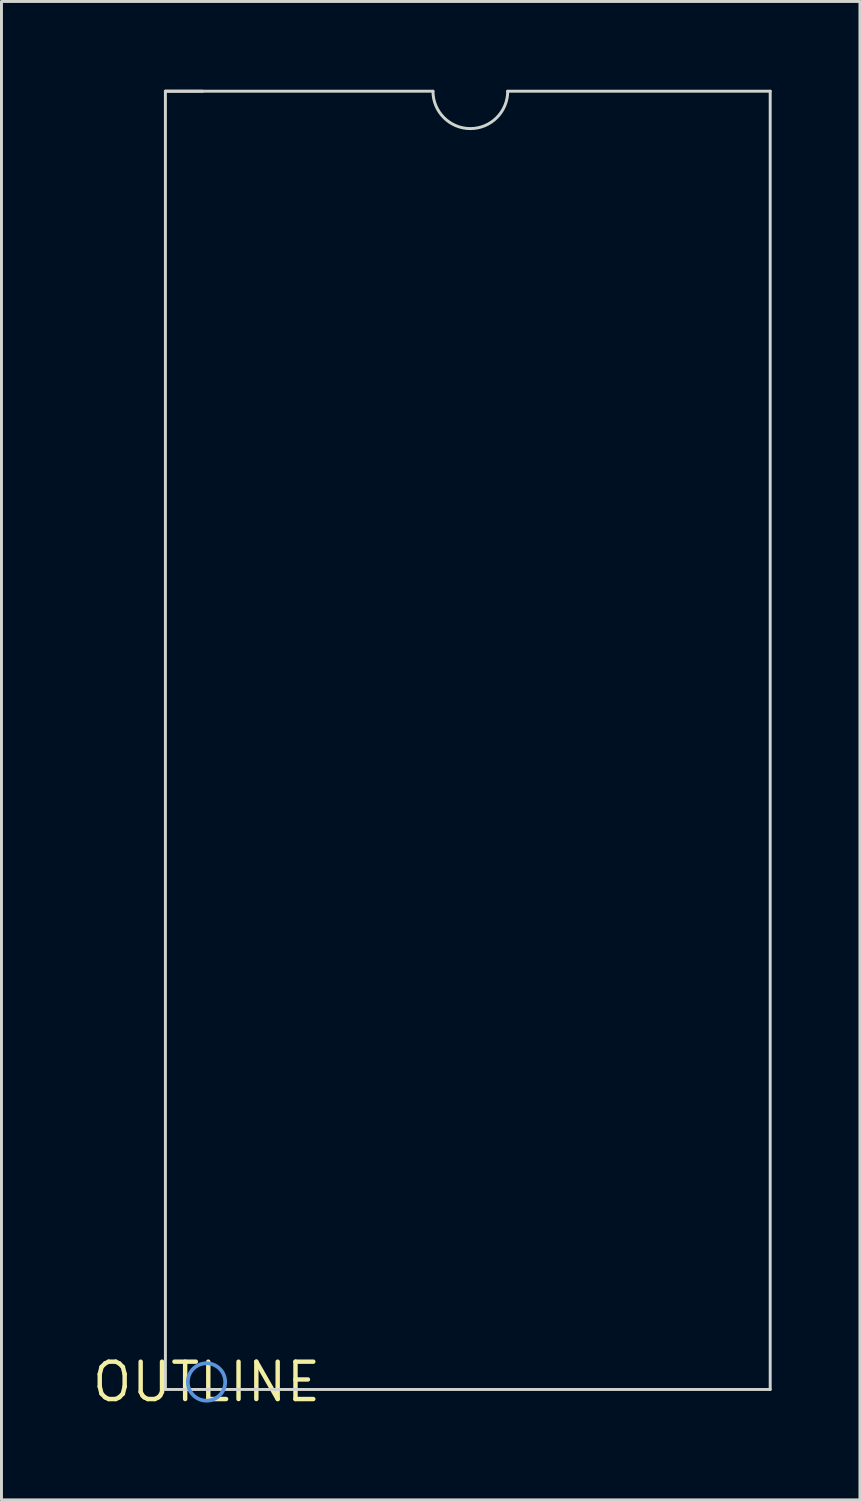
<source format=kicad_pcb>
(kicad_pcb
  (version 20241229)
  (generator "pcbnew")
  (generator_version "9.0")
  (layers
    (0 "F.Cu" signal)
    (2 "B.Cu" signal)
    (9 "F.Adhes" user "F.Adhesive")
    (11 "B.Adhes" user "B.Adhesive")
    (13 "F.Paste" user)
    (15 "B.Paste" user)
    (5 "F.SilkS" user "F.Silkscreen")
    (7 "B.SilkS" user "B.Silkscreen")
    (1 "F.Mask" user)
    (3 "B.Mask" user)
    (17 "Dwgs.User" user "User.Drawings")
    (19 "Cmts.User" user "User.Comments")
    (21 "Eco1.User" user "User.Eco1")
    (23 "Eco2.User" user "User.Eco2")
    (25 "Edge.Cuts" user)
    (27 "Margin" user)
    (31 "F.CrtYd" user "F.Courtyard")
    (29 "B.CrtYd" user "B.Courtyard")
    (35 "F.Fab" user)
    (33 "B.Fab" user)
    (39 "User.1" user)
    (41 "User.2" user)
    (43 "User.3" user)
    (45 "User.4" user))
  (footprint "OUTLINE"
    (layer "F.Cu")
    (at 3.968 43.916)
    (property "Reference" "OUTLINE" (at 0 0 0) (layer "F.SilkS") (effects (font (size 1.27 1.27) (thickness 0.15))))
    (attr through_hole)
    (fp_circle (center 0 0) (end 0.635 0) (stroke (width 0.127) (type solid)) (fill no) (layer "Cmts.User"))
    (fp_line (start -1.397 -43.866) (end -1.397 0.254) (stroke (width 0.1) (type solid)) (layer "Edge.Cuts"))
    (fp_line (start -1.397 0.254) (end 19.157 0.254) (stroke (width 0.1) (type solid)) (layer "Edge.Cuts"))
    (fp_line (start -0.127 -43.866) (end -1.397 -43.866) (stroke (width 0.1) (type solid)) (layer "Edge.Cuts"))
    (fp_line (start 7.696 -43.866) (end -1.397 -43.866) (stroke (width 0.1) (type solid)) (layer "Edge.Cuts"))
    (fp_line (start 19.157 -43.866) (end 10.236 -43.866) (stroke (width 0.1) (type solid)) (layer "Edge.Cuts"))
    (fp_line (start 19.157 0.254) (end 19.157 -43.866) (stroke (width 0.1) (type solid)) (layer "Edge.Cuts"))
    (fp_arc (start 10.2362 -43.8658) (mid 8.9662 -42.5958) (end 7.6962 -43.8658) (stroke (width 0.1) (type solid)) (layer "Edge.Cuts")))
  (gr_rect
    (start -3 -3)
    (end 26.175 47.922)
    (stroke (width 0.1) (type default))
    (fill no)
    (layer "Edge.Cuts")))
</source>
